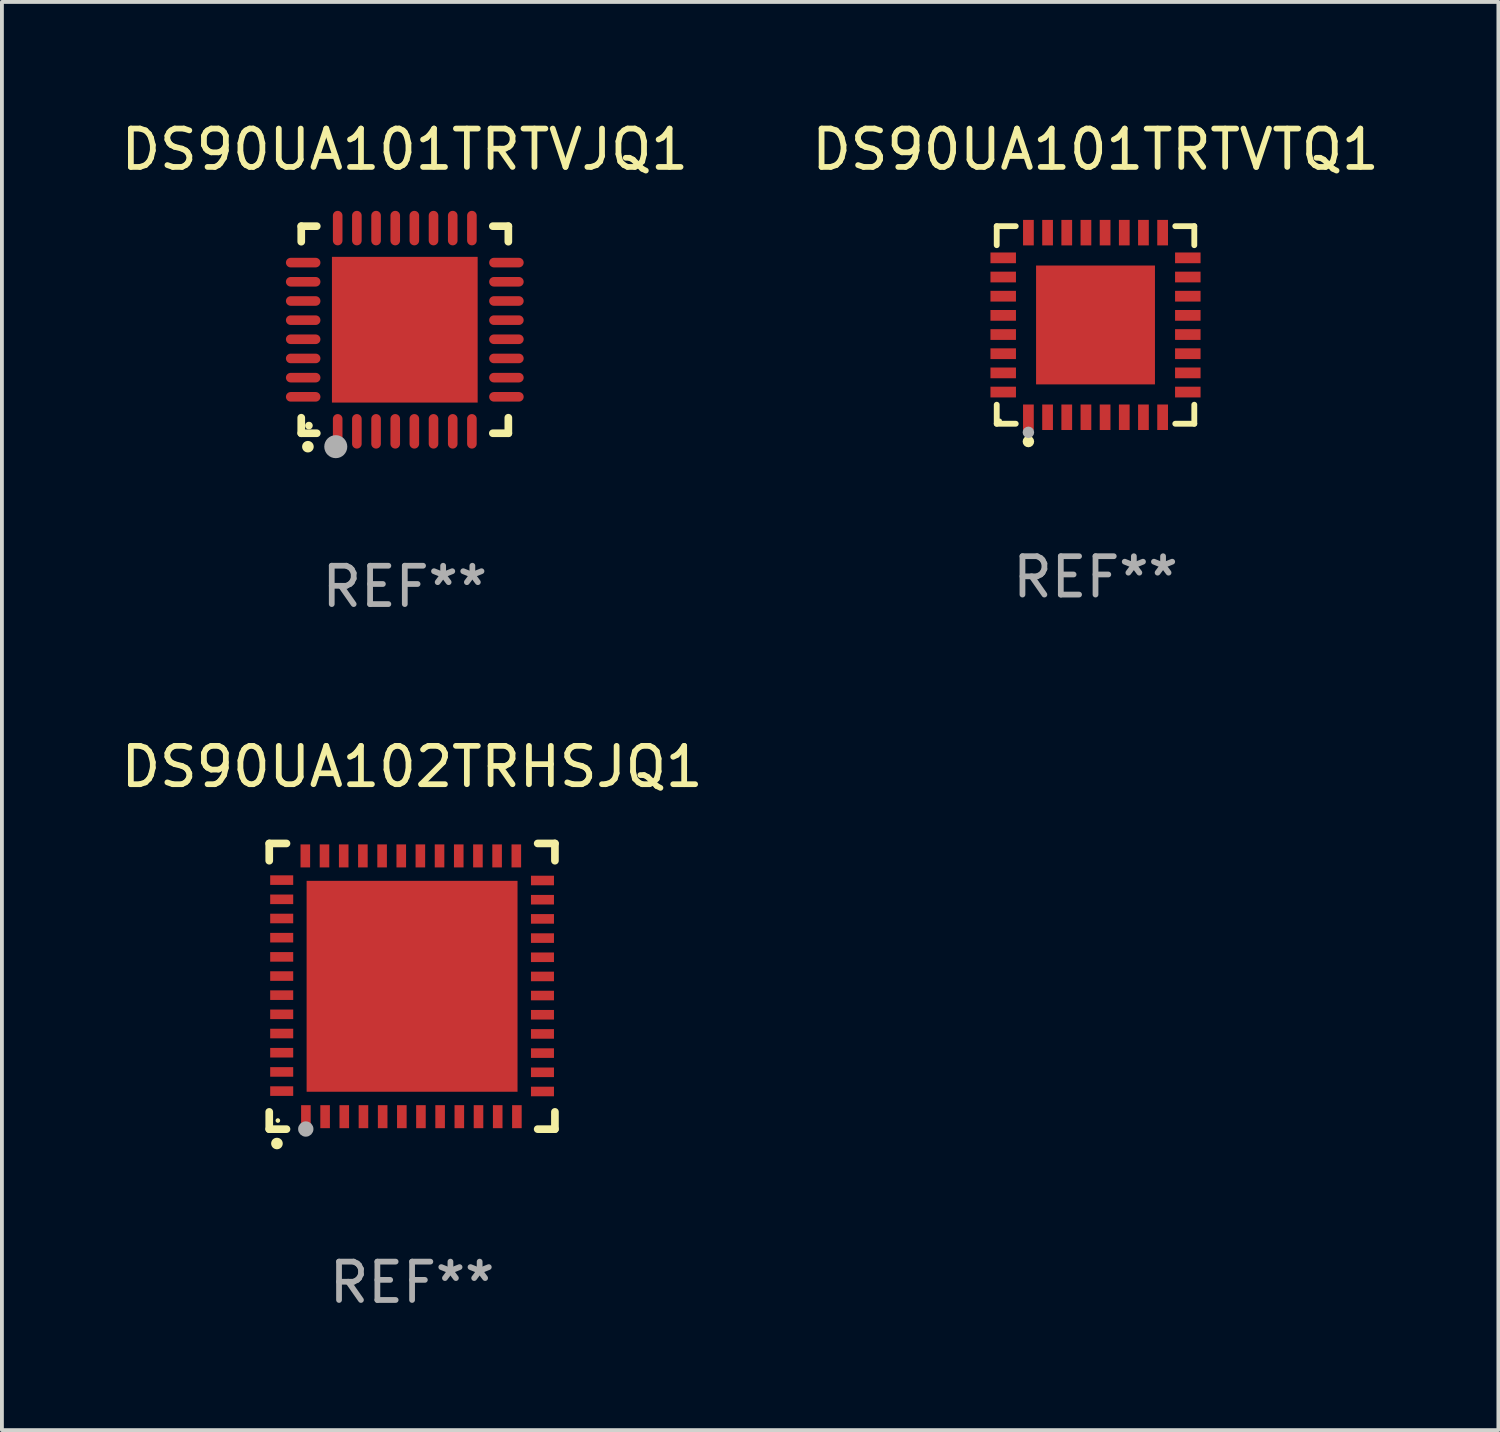
<source format=kicad_pcb>
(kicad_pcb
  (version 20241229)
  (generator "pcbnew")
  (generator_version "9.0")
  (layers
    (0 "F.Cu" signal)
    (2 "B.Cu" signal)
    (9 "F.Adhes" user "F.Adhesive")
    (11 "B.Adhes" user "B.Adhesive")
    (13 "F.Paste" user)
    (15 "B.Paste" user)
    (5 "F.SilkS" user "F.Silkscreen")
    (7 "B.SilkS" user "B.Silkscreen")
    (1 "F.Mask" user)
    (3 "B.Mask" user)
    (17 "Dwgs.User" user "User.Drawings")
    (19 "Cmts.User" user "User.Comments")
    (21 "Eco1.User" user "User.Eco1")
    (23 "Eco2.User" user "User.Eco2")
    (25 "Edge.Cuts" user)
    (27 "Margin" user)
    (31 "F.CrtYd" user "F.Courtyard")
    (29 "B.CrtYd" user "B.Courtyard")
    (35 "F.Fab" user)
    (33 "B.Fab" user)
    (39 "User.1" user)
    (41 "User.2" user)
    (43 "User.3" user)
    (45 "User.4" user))
  (footprint "DS90UA102TRHSJQ1"
    (layer "F.Cu")
    (at 7.696 22.67)
    (property "Reference" "DS90UA102TRHSJQ1" (at 0 -5.725 0) (layer "F.SilkS") (effects (font (size 1 1) (thickness 0.15))))
    (attr through_hole)
    (fp_line (start -3.725 -3.725) (end -3.275 -3.725) (stroke (width 0.2) (type solid)) (layer "F.SilkS"))
    (fp_line (start -3.725 -3.275) (end -3.725 -3.725) (stroke (width 0.2) (type solid)) (layer "F.SilkS"))
    (fp_line (start -3.725 3.725) (end -3.725 3.275) (stroke (width 0.2) (type solid)) (layer "F.SilkS"))
    (fp_line (start -3.275 3.725) (end -3.725 3.725) (stroke (width 0.2) (type solid)) (layer "F.SilkS"))
    (fp_line (start 3.275 3.725) (end 3.725 3.725) (stroke (width 0.2) (type solid)) (layer "F.SilkS"))
    (fp_line (start 3.725 -3.725) (end 3.275 -3.725) (stroke (width 0.2) (type solid)) (layer "F.SilkS"))
    (fp_line (start 3.725 -3.275) (end 3.725 -3.725) (stroke (width 0.2) (type solid)) (layer "F.SilkS"))
    (fp_line (start 3.725 3.725) (end 3.725 3.275) (stroke (width 0.2) (type solid)) (layer "F.SilkS"))
    (fp_arc (start -3.525527 4.099568) (mid -3.524257 4.099563) (end -3.522987 4.099568) (stroke (width 0.3) (type solid)) (layer "F.SilkS"))
    (fp_circle (center -3.5 3.501) (end -3.47 3.501) (stroke (width 0.06) (type solid)) (fill no) (layer "F.SilkS"))
    (fp_circle (center -2.772 3.722) (end -2.672 3.722) (stroke (width 0.2) (type solid)) (fill no) (layer "F.Fab"))
    (fp_text user "REF**" (at 0 7.725 0) (layer "F.Fab") (effects (font (size 1 1) (thickness 0.15))))
    (pad "1" smd rect (at -2.769 3.4 180) (size 0.25 0.6) (layers "F.Cu" "F.Mask" "F.Paste"))
    (pad "2" smd rect (at -2.268 3.4 180) (size 0.25 0.6) (layers "F.Cu" "F.Mask" "F.Paste"))
    (pad "3" smd rect (at -1.768 3.4 180) (size 0.25 0.6) (layers "F.Cu" "F.Mask" "F.Paste"))
    (pad "4" smd rect (at -1.268 3.4 180) (size 0.25 0.6) (layers "F.Cu" "F.Mask" "F.Paste"))
    (pad "5" smd rect (at -0.767 3.4 180) (size 0.25 0.6) (layers "F.Cu" "F.Mask" "F.Paste"))
    (pad "6" smd rect (at -0.267 3.4 180) (size 0.25 0.6) (layers "F.Cu" "F.Mask" "F.Paste"))
    (pad "7" smd rect (at 0.231 3.4 180) (size 0.25 0.6) (layers "F.Cu" "F.Mask" "F.Paste"))
    (pad "8" smd rect (at 0.731 3.4 180) (size 0.25 0.6) (layers "F.Cu" "F.Mask" "F.Paste"))
    (pad "9" smd rect (at 1.232 3.4 180) (size 0.25 0.6) (layers "F.Cu" "F.Mask" "F.Paste"))
    (pad "10" smd rect (at 1.732 3.4 180) (size 0.25 0.6) (layers "F.Cu" "F.Mask" "F.Paste"))
    (pad "11" smd rect (at 2.233 3.4 180) (size 0.25 0.6) (layers "F.Cu" "F.Mask" "F.Paste"))
    (pad "12" smd rect (at 2.733 3.4 180) (size 0.25 0.6) (layers "F.Cu" "F.Mask" "F.Paste"))
    (pad "13" smd rect (at 3.4 2.743 90) (size 0.25 0.6) (layers "F.Cu" "F.Mask" "F.Paste"))
    (pad "14" smd rect (at 3.4 2.243 90) (size 0.25 0.6) (layers "F.Cu" "F.Mask" "F.Paste"))
    (pad "15" smd rect (at 3.4 1.742 90) (size 0.25 0.6) (layers "F.Cu" "F.Mask" "F.Paste"))
    (pad "16" smd rect (at 3.4 1.242 90) (size 0.25 0.6) (layers "F.Cu" "F.Mask" "F.Paste"))
    (pad "17" smd rect (at 3.4 0.742 90) (size 0.25 0.6) (layers "F.Cu" "F.Mask" "F.Paste"))
    (pad "18" smd rect (at 3.4 0.241 90) (size 0.25 0.6) (layers "F.Cu" "F.Mask" "F.Paste"))
    (pad "19" smd rect (at 3.4 -0.257 90) (size 0.25 0.6) (layers "F.Cu" "F.Mask" "F.Paste"))
    (pad "20" smd rect (at 3.4 -0.757 90) (size 0.25 0.6) (layers "F.Cu" "F.Mask" "F.Paste"))
    (pad "21" smd rect (at 3.4 -1.257 90) (size 0.25 0.6) (layers "F.Cu" "F.Mask" "F.Paste"))
    (pad "22" smd rect (at 3.4 -1.758 90) (size 0.25 0.6) (layers "F.Cu" "F.Mask" "F.Paste"))
    (pad "23" smd rect (at 3.4 -2.258 90) (size 0.25 0.6) (layers "F.Cu" "F.Mask" "F.Paste"))
    (pad "24" smd rect (at 3.4 -2.759 90) (size 0.25 0.6) (layers "F.Cu" "F.Mask" "F.Paste"))
    (pad "25" smd rect (at 2.718 -3.4 180) (size 0.25 0.6) (layers "F.Cu" "F.Mask" "F.Paste"))
    (pad "26" smd rect (at 2.217 -3.4 180) (size 0.25 0.6) (layers "F.Cu" "F.Mask" "F.Paste"))
    (pad "27" smd rect (at 1.717 -3.4 180) (size 0.25 0.6) (layers "F.Cu" "F.Mask" "F.Paste"))
    (pad "28" smd rect (at 1.217 -3.4 180) (size 0.25 0.6) (layers "F.Cu" "F.Mask" "F.Paste"))
    (pad "29" smd rect (at 0.716 -3.4 180) (size 0.25 0.6) (layers "F.Cu" "F.Mask" "F.Paste"))
    (pad "30" smd rect (at 0.216 -3.4 180) (size 0.25 0.6) (layers "F.Cu" "F.Mask" "F.Paste"))
    (pad "31" smd rect (at -0.282 -3.4 180) (size 0.25 0.6) (layers "F.Cu" "F.Mask" "F.Paste"))
    (pad "32" smd rect (at -0.782 -3.4 180) (size 0.25 0.6) (layers "F.Cu" "F.Mask" "F.Paste"))
    (pad "33" smd rect (at -1.283 -3.4 180) (size 0.25 0.6) (layers "F.Cu" "F.Mask" "F.Paste"))
    (pad "34" smd rect (at -1.783 -3.4 180) (size 0.25 0.6) (layers "F.Cu" "F.Mask" "F.Paste"))
    (pad "35" smd rect (at -2.284 -3.4 180) (size 0.25 0.6) (layers "F.Cu" "F.Mask" "F.Paste"))
    (pad "36" smd rect (at -2.784 -3.4 180) (size 0.25 0.6) (layers "F.Cu" "F.Mask" "F.Paste"))
    (pad "37" smd rect (at -3.4 -2.769 90) (size 0.25 0.6) (layers "F.Cu" "F.Mask" "F.Paste"))
    (pad "38" smd rect (at -3.4 -2.268 90) (size 0.25 0.6) (layers "F.Cu" "F.Mask" "F.Paste"))
    (pad "39" smd rect (at -3.4 -1.768 90) (size 0.25 0.6) (layers "F.Cu" "F.Mask" "F.Paste"))
    (pad "40" smd rect (at -3.4 -1.268 90) (size 0.25 0.6) (layers "F.Cu" "F.Mask" "F.Paste"))
    (pad "41" smd rect (at -3.4 -0.767 90) (size 0.25 0.6) (layers "F.Cu" "F.Mask" "F.Paste"))
    (pad "42" smd rect (at -3.4 -0.267 90) (size 0.25 0.6) (layers "F.Cu" "F.Mask" "F.Paste"))
    (pad "43" smd rect (at -3.4 0.231 90) (size 0.25 0.6) (layers "F.Cu" "F.Mask" "F.Paste"))
    (pad "44" smd rect (at -3.4 0.731 90) (size 0.25 0.6) (layers "F.Cu" "F.Mask" "F.Paste"))
    (pad "45" smd rect (at -3.4 1.232 90) (size 0.25 0.6) (layers "F.Cu" "F.Mask" "F.Paste"))
    (pad "46" smd rect (at -3.4 1.732 90) (size 0.25 0.6) (layers "F.Cu" "F.Mask" "F.Paste"))
    (pad "47" smd rect (at -3.4 2.233 90) (size 0.25 0.6) (layers "F.Cu" "F.Mask" "F.Paste"))
    (pad "48" smd rect (at -3.4 2.733 90) (size 0.25 0.6) (layers "F.Cu" "F.Mask" "F.Paste"))
    (pad "49" smd rect (at -0.000076 -0.000076 90) (size 5.5 5.5) (layers "F.Cu" "F.Mask" "F.Paste")))
  (footprint "DS90UA101TRTVJQ1"
    (layer "F.Cu")
    (at 7.506 5.548)
    (property "Reference" "DS90UA101TRTVJQ1" (at 0 -4.7 0) (layer "F.SilkS") (effects (font (size 1 1) (thickness 0.15))))
    (attr through_hole)
    (fp_line (start -2.7 -2.7) (end -2.295 -2.7) (stroke (width 0.2) (type solid)) (layer "F.SilkS"))
    (fp_line (start -2.7 -2.295) (end -2.7 -2.7) (stroke (width 0.2) (type solid)) (layer "F.SilkS"))
    (fp_line (start -2.7 2.7) (end -2.7 2.295) (stroke (width 0.2) (type solid)) (layer "F.SilkS"))
    (fp_line (start -2.295 2.7) (end -2.7 2.7) (stroke (width 0.2) (type solid)) (layer "F.SilkS"))
    (fp_line (start 2.295 2.7) (end 2.7 2.7) (stroke (width 0.2) (type solid)) (layer "F.SilkS"))
    (fp_line (start 2.7 -2.7) (end 2.295 -2.7) (stroke (width 0.2) (type solid)) (layer "F.SilkS"))
    (fp_line (start 2.7 -2.295) (end 2.7 -2.7) (stroke (width 0.2) (type solid)) (layer "F.SilkS"))
    (fp_line (start 2.7 2.7) (end 2.7 2.295) (stroke (width 0.2) (type solid)) (layer "F.SilkS"))
    (fp_arc (start -2.527889 3.050546) (mid -2.526619 3.050541) (end -2.525349 3.050546) (stroke (width 0.3) (type solid)) (layer "F.SilkS"))
    (fp_circle (center -2.5 2.5) (end -2.45 2.5) (stroke (width 0.1) (type solid)) (fill no) (layer "F.SilkS"))
    (fp_circle (center -1.8 3.05) (end -1.65 3.05) (stroke (width 0.3) (type solid)) (fill no) (layer "F.Fab"))
    (fp_text user "REF**" (at 0 6.7 0) (layer "F.Fab") (effects (font (size 1 1) (thickness 0.15))))
    (pad "1" smd oval (at -1.75 2.65) (size 0.25 0.9) (layers "F.Cu" "F.Mask" "F.Paste"))
    (pad "2" smd oval (at -1.25 2.65) (size 0.25 0.9) (layers "F.Cu" "F.Mask" "F.Paste"))
    (pad "3" smd oval (at -0.749 2.65) (size 0.25 0.9) (layers "F.Cu" "F.Mask" "F.Paste"))
    (pad "4" smd oval (at -0.249 2.65) (size 0.25 0.9) (layers "F.Cu" "F.Mask" "F.Paste"))
    (pad "5" smd oval (at 0.249 2.65) (size 0.25 0.9) (layers "F.Cu" "F.Mask" "F.Paste"))
    (pad "6" smd oval (at 0.749 2.65) (size 0.25 0.9) (layers "F.Cu" "F.Mask" "F.Paste"))
    (pad "7" smd oval (at 1.25 2.65) (size 0.25 0.9) (layers "F.Cu" "F.Mask" "F.Paste"))
    (pad "8" smd oval (at 1.75 2.65) (size 0.25 0.9) (layers "F.Cu" "F.Mask" "F.Paste"))
    (pad "9" smd oval (at 2.65 1.75) (size 0.9 0.25) (layers "F.Cu" "F.Mask" "F.Paste"))
    (pad "10" smd oval (at 2.65 1.25) (size 0.9 0.25) (layers "F.Cu" "F.Mask" "F.Paste"))
    (pad "11" smd oval (at 2.65 0.749) (size 0.9 0.25) (layers "F.Cu" "F.Mask" "F.Paste"))
    (pad "12" smd oval (at 2.65 0.249) (size 0.9 0.25) (layers "F.Cu" "F.Mask" "F.Paste"))
    (pad "13" smd oval (at 2.65 -0.249) (size 0.9 0.25) (layers "F.Cu" "F.Mask" "F.Paste"))
    (pad "14" smd oval (at 2.65 -0.749) (size 0.9 0.25) (layers "F.Cu" "F.Mask" "F.Paste"))
    (pad "15" smd oval (at 2.65 -1.25) (size 0.9 0.25) (layers "F.Cu" "F.Mask" "F.Paste"))
    (pad "16" smd oval (at 2.65 -1.75) (size 0.9 0.25) (layers "F.Cu" "F.Mask" "F.Paste"))
    (pad "17" smd oval (at 1.75 -2.65) (size 0.25 0.9) (layers "F.Cu" "F.Mask" "F.Paste"))
    (pad "18" smd oval (at 1.25 -2.65) (size 0.25 0.9) (layers "F.Cu" "F.Mask" "F.Paste"))
    (pad "19" smd oval (at 0.749 -2.65) (size 0.25 0.9) (layers "F.Cu" "F.Mask" "F.Paste"))
    (pad "20" smd oval (at 0.249 -2.65) (size 0.25 0.9) (layers "F.Cu" "F.Mask" "F.Paste"))
    (pad "21" smd oval (at -0.249 -2.65) (size 0.25 0.9) (layers "F.Cu" "F.Mask" "F.Paste"))
    (pad "22" smd oval (at -0.749 -2.65) (size 0.25 0.9) (layers "F.Cu" "F.Mask" "F.Paste"))
    (pad "23" smd oval (at -1.25 -2.65) (size 0.25 0.9) (layers "F.Cu" "F.Mask" "F.Paste"))
    (pad "24" smd oval (at -1.75 -2.65) (size 0.25 0.9) (layers "F.Cu" "F.Mask" "F.Paste"))
    (pad "25" smd oval (at -2.65 -1.75) (size 0.9 0.25) (layers "F.Cu" "F.Mask" "F.Paste"))
    (pad "26" smd oval (at -2.65 -1.25) (size 0.9 0.25) (layers "F.Cu" "F.Mask" "F.Paste"))
    (pad "27" smd oval (at -2.65 -0.749) (size 0.9 0.25) (layers "F.Cu" "F.Mask" "F.Paste"))
    (pad "28" smd oval (at -2.65 -0.249) (size 0.9 0.25) (layers "F.Cu" "F.Mask" "F.Paste"))
    (pad "29" smd oval (at -2.65 0.249) (size 0.9 0.25) (layers "F.Cu" "F.Mask" "F.Paste"))
    (pad "30" smd oval (at -2.65 0.749) (size 0.9 0.25) (layers "F.Cu" "F.Mask" "F.Paste"))
    (pad "31" smd oval (at -2.65 1.25) (size 0.9 0.25) (layers "F.Cu" "F.Mask" "F.Paste"))
    (pad "32" smd oval (at -2.65 1.75) (size 0.9 0.25) (layers "F.Cu" "F.Mask" "F.Paste"))
    (pad "33" smd rect (at 0.000076 0.000076) (size 3.8 3.8) (layers "F.Cu" "F.Mask" "F.Paste")))
  (footprint "DS90UA101TRTVTQ1"
    (layer "F.Cu")
    (at 25.518 5.424)
    (property "Reference" "DS90UA101TRTVTQ1" (at 0 -4.576 0) (layer "F.SilkS") (effects (font (size 1 1) (thickness 0.15))))
    (attr through_hole)
    (fp_line (start -2.576 -2.576) (end -2.08 -2.576) (stroke (width 0.152) (type solid)) (layer "F.SilkS"))
    (fp_line (start -2.576 -2.08) (end -2.576 -2.576) (stroke (width 0.152) (type solid)) (layer "F.SilkS"))
    (fp_line (start -2.576 2.08) (end -2.576 2.576) (stroke (width 0.152) (type solid)) (layer "F.SilkS"))
    (fp_line (start -2.576 2.576) (end -2.08 2.576) (stroke (width 0.152) (type solid)) (layer "F.SilkS"))
    (fp_line (start 2.576 -2.576) (end 2.08 -2.576) (stroke (width 0.152) (type solid)) (layer "F.SilkS"))
    (fp_line (start 2.576 -2.08) (end 2.576 -2.576) (stroke (width 0.152) (type solid)) (layer "F.SilkS"))
    (fp_line (start 2.576 2.08) (end 2.576 2.576) (stroke (width 0.152) (type solid)) (layer "F.SilkS"))
    (fp_line (start 2.576 2.576) (end 2.08 2.576) (stroke (width 0.152) (type solid)) (layer "F.SilkS"))
    (fp_circle (center -2.5 2.5) (end -2.47 2.5) (stroke (width 0.06) (type solid)) (fill no) (layer "F.SilkS"))
    (fp_circle (center -1.75 3.04) (end -1.675 3.04) (stroke (width 0.15) (type solid)) (fill no) (layer "F.SilkS"))
    (fp_circle (center -1.75 2.8) (end -1.675 2.8) (stroke (width 0.15) (type solid)) (fill no) (layer "F.Fab"))
    (fp_text user "REF**" (at 0 6.576 0) (layer "F.Fab") (effects (font (size 1 1) (thickness 0.15))))
    (pad "1" smd rect (at -1.75 2.407) (size 0.28 0.665) (layers "F.Cu" "F.Mask" "F.Paste"))
    (pad "2" smd rect (at -1.25 2.407) (size 0.28 0.665) (layers "F.Cu" "F.Mask" "F.Paste"))
    (pad "3" smd rect (at -0.75 2.407) (size 0.28 0.665) (layers "F.Cu" "F.Mask" "F.Paste"))
    (pad "4" smd rect (at -0.25 2.407) (size 0.28 0.665) (layers "F.Cu" "F.Mask" "F.Paste"))
    (pad "5" smd rect (at 0.25 2.407) (size 0.28 0.665) (layers "F.Cu" "F.Mask" "F.Paste"))
    (pad "6" smd rect (at 0.75 2.407) (size 0.28 0.665) (layers "F.Cu" "F.Mask" "F.Paste"))
    (pad "7" smd rect (at 1.25 2.407) (size 0.28 0.665) (layers "F.Cu" "F.Mask" "F.Paste"))
    (pad "8" smd rect (at 1.75 2.407) (size 0.28 0.665) (layers "F.Cu" "F.Mask" "F.Paste"))
    (pad "9" smd rect (at 2.407 1.75) (size 0.665 0.28) (layers "F.Cu" "F.Mask" "F.Paste"))
    (pad "10" smd rect (at 2.407 1.25) (size 0.665 0.28) (layers "F.Cu" "F.Mask" "F.Paste"))
    (pad "11" smd rect (at 2.407 0.75) (size 0.665 0.28) (layers "F.Cu" "F.Mask" "F.Paste"))
    (pad "12" smd rect (at 2.407 0.25) (size 0.665 0.28) (layers "F.Cu" "F.Mask" "F.Paste"))
    (pad "13" smd rect (at 2.407 -0.25) (size 0.665 0.28) (layers "F.Cu" "F.Mask" "F.Paste"))
    (pad "14" smd rect (at 2.407 -0.75) (size 0.665 0.28) (layers "F.Cu" "F.Mask" "F.Paste"))
    (pad "15" smd rect (at 2.407 -1.25) (size 0.665 0.28) (layers "F.Cu" "F.Mask" "F.Paste"))
    (pad "16" smd rect (at 2.407 -1.75) (size 0.665 0.28) (layers "F.Cu" "F.Mask" "F.Paste"))
    (pad "17" smd rect (at 1.75 -2.407) (size 0.28 0.665) (layers "F.Cu" "F.Mask" "F.Paste"))
    (pad "18" smd rect (at 1.25 -2.407) (size 0.28 0.665) (layers "F.Cu" "F.Mask" "F.Paste"))
    (pad "19" smd rect (at 0.75 -2.407) (size 0.28 0.665) (layers "F.Cu" "F.Mask" "F.Paste"))
    (pad "20" smd rect (at 0.25 -2.407) (size 0.28 0.665) (layers "F.Cu" "F.Mask" "F.Paste"))
    (pad "21" smd rect (at -0.25 -2.407) (size 0.28 0.665) (layers "F.Cu" "F.Mask" "F.Paste"))
    (pad "22" smd rect (at -0.75 -2.407) (size 0.28 0.665) (layers "F.Cu" "F.Mask" "F.Paste"))
    (pad "23" smd rect (at -1.25 -2.407) (size 0.28 0.665) (layers "F.Cu" "F.Mask" "F.Paste"))
    (pad "24" smd rect (at -1.75 -2.407) (size 0.28 0.665) (layers "F.Cu" "F.Mask" "F.Paste"))
    (pad "25" smd rect (at -2.407 -1.75) (size 0.665 0.28) (layers "F.Cu" "F.Mask" "F.Paste"))
    (pad "26" smd rect (at -2.407 -1.25) (size 0.665 0.28) (layers "F.Cu" "F.Mask" "F.Paste"))
    (pad "27" smd rect (at -2.407 -0.75) (size 0.665 0.28) (layers "F.Cu" "F.Mask" "F.Paste"))
    (pad "28" smd rect (at -2.407 -0.25) (size 0.665 0.28) (layers "F.Cu" "F.Mask" "F.Paste"))
    (pad "29" smd rect (at -2.407 0.25) (size 0.665 0.28) (layers "F.Cu" "F.Mask" "F.Paste"))
    (pad "30" smd rect (at -2.407 0.75) (size 0.665 0.28) (layers "F.Cu" "F.Mask" "F.Paste"))
    (pad "31" smd rect (at -2.407 1.25) (size 0.665 0.28) (layers "F.Cu" "F.Mask" "F.Paste"))
    (pad "32" smd rect (at -2.407 1.75) (size 0.665 0.28) (layers "F.Cu" "F.Mask" "F.Paste"))
    (pad "33" smd rect (at 0 0) (size 3.1 3.1) (layers "F.Cu" "F.Mask" "F.Paste")))
  (gr_rect
    (start -3 -3)
    (end 36.024 34.243)
    (stroke (width 0.1) (type default))
    (fill no)
    (layer "Edge.Cuts")))
</source>
